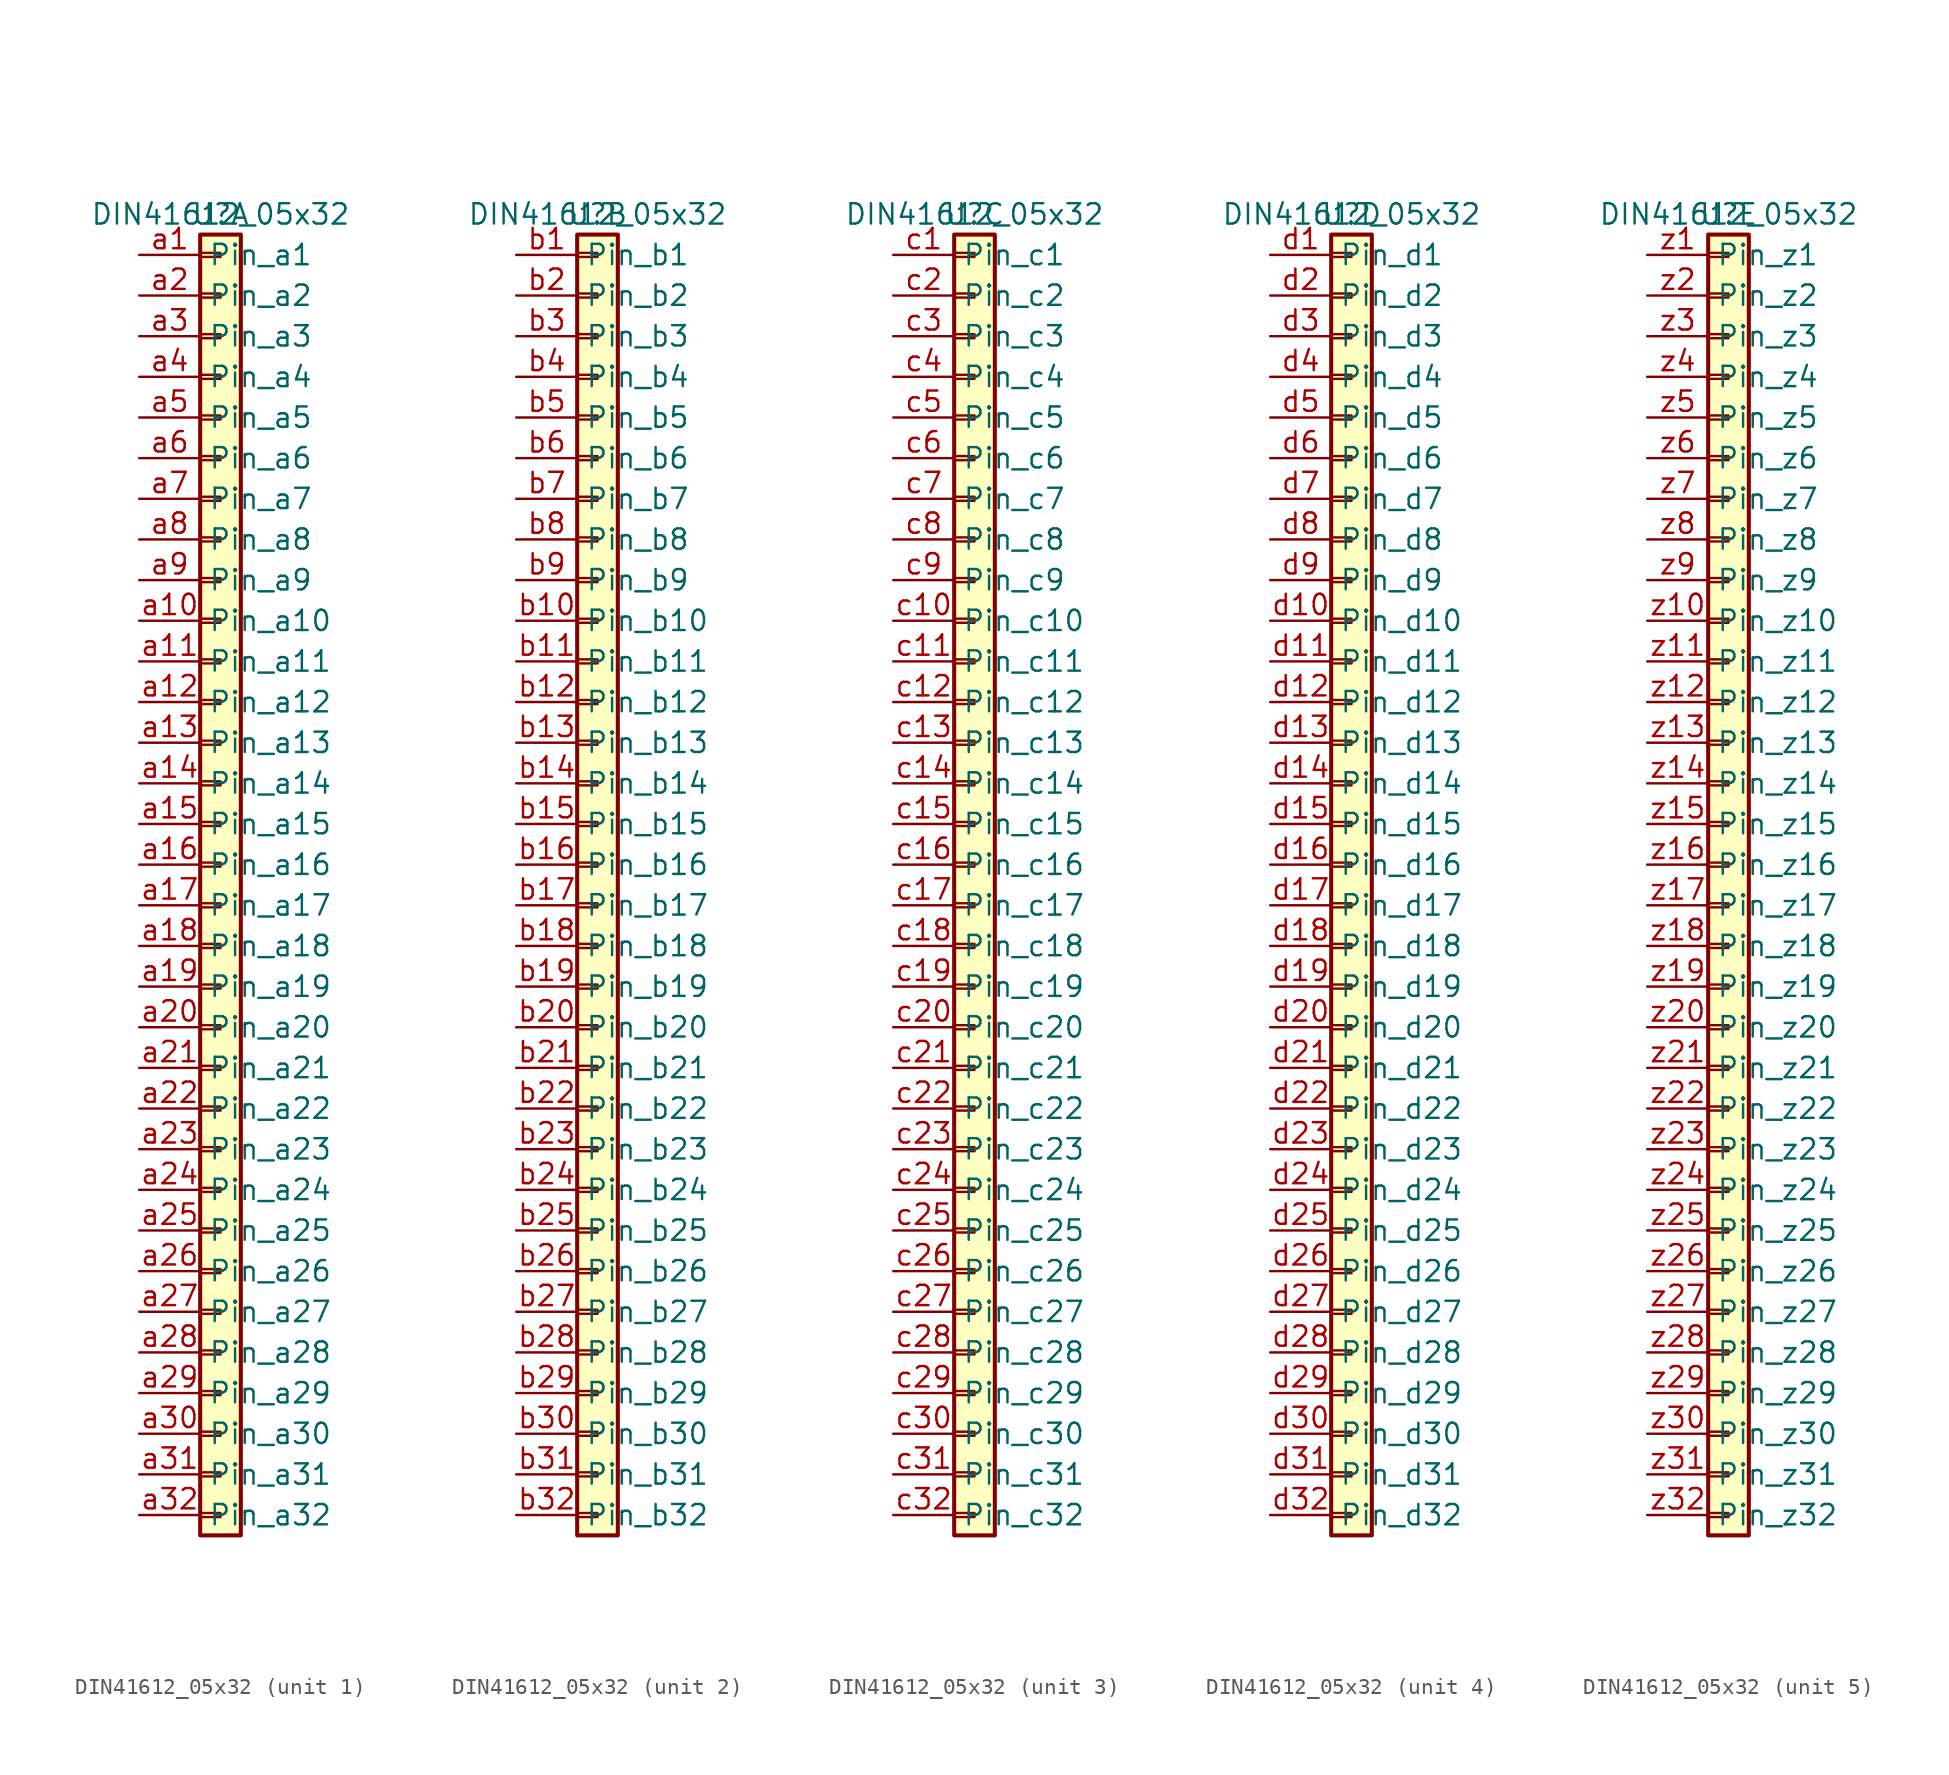
<source format=kicad_sym>
(kicad_symbol_lib
  (version 20231120)
  (generator "kicad_symbol_editor")
  (generator_version "8.0")
  (symbol "DIN41612_05x32"
    (property "Reference" "U"
      (at 0 40.64 0)
      (effects (font (size 1.27 1.27))))
    (property "Value" "DIN41612_05x32"
      (at 0 40.64 0)
      (effects (font (size 1.27 1.27))))
    (property "ki_locked" ""
      (at 0 0 0)
      (effects (font (size 1.27 1.27))))
    (symbol "DIN41612_05x32_1_1"
      (rectangle (start -1.27 -40.513) (end 0 -40.767) (stroke (width 0.152) (type default)) (fill (type none)))
      (rectangle (start -1.27 -37.973) (end 0 -38.227) (stroke (width 0.152) (type default)) (fill (type none)))
      (rectangle (start -1.27 -35.433) (end 0 -35.687) (stroke (width 0.152) (type default)) (fill (type none)))
      (rectangle (start -1.27 -32.893) (end 0 -33.147) (stroke (width 0.152) (type default)) (fill (type none)))
      (rectangle (start -1.27 -30.353) (end 0 -30.607) (stroke (width 0.152) (type default)) (fill (type none)))
      (rectangle (start -1.27 -27.813) (end 0 -28.067) (stroke (width 0.152) (type default)) (fill (type none)))
      (rectangle (start -1.27 -25.273) (end 0 -25.527) (stroke (width 0.152) (type default)) (fill (type none)))
      (rectangle (start -1.27 -22.733) (end 0 -22.987) (stroke (width 0.152) (type default)) (fill (type none)))
      (rectangle (start -1.27 -20.193) (end 0 -20.447) (stroke (width 0.152) (type default)) (fill (type none)))
      (rectangle (start -1.27 -17.653) (end 0 -17.907) (stroke (width 0.152) (type default)) (fill (type none)))
      (rectangle (start -1.27 -15.113) (end 0 -15.367) (stroke (width 0.152) (type default)) (fill (type none)))
      (rectangle (start -1.27 -12.573) (end 0 -12.827) (stroke (width 0.152) (type default)) (fill (type none)))
      (rectangle (start -1.27 -10.033) (end 0 -10.287) (stroke (width 0.152) (type default)) (fill (type none)))
      (rectangle (start -1.27 -7.493) (end 0 -7.747) (stroke (width 0.152) (type default)) (fill (type none)))
      (rectangle (start -1.27 -4.953) (end 0 -5.207) (stroke (width 0.152) (type default)) (fill (type none)))
      (rectangle (start -1.27 -2.413) (end 0 -2.667) (stroke (width 0.152) (type default)) (fill (type none)))
      (rectangle (start -1.27 0.127) (end 0 -0.127) (stroke (width 0.152) (type default)) (fill (type none)))
      (rectangle (start -1.27 2.667) (end 0 2.413) (stroke (width 0.152) (type default)) (fill (type none)))
      (rectangle (start -1.27 5.207) (end 0 4.953) (stroke (width 0.152) (type default)) (fill (type none)))
      (rectangle (start -1.27 7.747) (end 0 7.493) (stroke (width 0.152) (type default)) (fill (type none)))
      (rectangle (start -1.27 10.287) (end 0 10.033) (stroke (width 0.152) (type default)) (fill (type none)))
      (rectangle (start -1.27 12.827) (end 0 12.573) (stroke (width 0.152) (type default)) (fill (type none)))
      (rectangle (start -1.27 15.367) (end 0 15.113) (stroke (width 0.152) (type default)) (fill (type none)))
      (rectangle (start -1.27 17.907) (end 0 17.653) (stroke (width 0.152) (type default)) (fill (type none)))
      (rectangle (start -1.27 20.447) (end 0 20.193) (stroke (width 0.152) (type default)) (fill (type none)))
      (rectangle (start -1.27 22.987) (end 0 22.733) (stroke (width 0.152) (type default)) (fill (type none)))
      (rectangle (start -1.27 25.527) (end 0 25.273) (stroke (width 0.152) (type default)) (fill (type none)))
      (rectangle (start -1.27 28.067) (end 0 27.813) (stroke (width 0.152) (type default)) (fill (type none)))
      (rectangle (start -1.27 30.607) (end 0 30.353) (stroke (width 0.152) (type default)) (fill (type none)))
      (rectangle (start -1.27 33.147) (end 0 32.893) (stroke (width 0.152) (type default)) (fill (type none)))
      (rectangle (start -1.27 35.687) (end 0 35.433) (stroke (width 0.152) (type default)) (fill (type none)))
      (rectangle (start -1.27 38.227) (end 0 37.973) (stroke (width 0.152) (type default)) (fill (type none)))
      (rectangle (start -1.27 39.37) (end 1.27 -41.91) (stroke (width 0.254) (type default)) (fill (type background)))
      (pin passive line (at -5.08 38.1 0) (length 3.81) (name "Pin_a1" (effects (font (size 1.27 1.27)))) (number "a1" (effects (font (size 1.27 1.27)))))
      (pin passive line (at -5.08 15.24 0) (length 3.81) (name "Pin_a10" (effects (font (size 1.27 1.27)))) (number "a10" (effects (font (size 1.27 1.27)))))
      (pin passive line (at -5.08 12.7 0) (length 3.81) (name "Pin_a11" (effects (font (size 1.27 1.27)))) (number "a11" (effects (font (size 1.27 1.27)))))
      (pin passive line (at -5.08 10.16 0) (length 3.81) (name "Pin_a12" (effects (font (size 1.27 1.27)))) (number "a12" (effects (font (size 1.27 1.27)))))
      (pin passive line (at -5.08 7.62 0) (length 3.81) (name "Pin_a13" (effects (font (size 1.27 1.27)))) (number "a13" (effects (font (size 1.27 1.27)))))
      (pin passive line (at -5.08 5.08 0) (length 3.81) (name "Pin_a14" (effects (font (size 1.27 1.27)))) (number "a14" (effects (font (size 1.27 1.27)))))
      (pin passive line (at -5.08 2.54 0) (length 3.81) (name "Pin_a15" (effects (font (size 1.27 1.27)))) (number "a15" (effects (font (size 1.27 1.27)))))
      (pin passive line (at -5.08 0 0) (length 3.81) (name "Pin_a16" (effects (font (size 1.27 1.27)))) (number "a16" (effects (font (size 1.27 1.27)))))
      (pin passive line (at -5.08 -2.54 0) (length 3.81) (name "Pin_a17" (effects (font (size 1.27 1.27)))) (number "a17" (effects (font (size 1.27 1.27)))))
      (pin passive line (at -5.08 -5.08 0) (length 3.81) (name "Pin_a18" (effects (font (size 1.27 1.27)))) (number "a18" (effects (font (size 1.27 1.27)))))
      (pin passive line (at -5.08 -7.62 0) (length 3.81) (name "Pin_a19" (effects (font (size 1.27 1.27)))) (number "a19" (effects (font (size 1.27 1.27)))))
      (pin passive line (at -5.08 35.56 0) (length 3.81) (name "Pin_a2" (effects (font (size 1.27 1.27)))) (number "a2" (effects (font (size 1.27 1.27)))))
      (pin passive line (at -5.08 -10.16 0) (length 3.81) (name "Pin_a20" (effects (font (size 1.27 1.27)))) (number "a20" (effects (font (size 1.27 1.27)))))
      (pin passive line (at -5.08 -12.7 0) (length 3.81) (name "Pin_a21" (effects (font (size 1.27 1.27)))) (number "a21" (effects (font (size 1.27 1.27)))))
      (pin passive line (at -5.08 -15.24 0) (length 3.81) (name "Pin_a22" (effects (font (size 1.27 1.27)))) (number "a22" (effects (font (size 1.27 1.27)))))
      (pin passive line (at -5.08 -17.78 0) (length 3.81) (name "Pin_a23" (effects (font (size 1.27 1.27)))) (number "a23" (effects (font (size 1.27 1.27)))))
      (pin passive line (at -5.08 -20.32 0) (length 3.81) (name "Pin_a24" (effects (font (size 1.27 1.27)))) (number "a24" (effects (font (size 1.27 1.27)))))
      (pin passive line (at -5.08 -22.86 0) (length 3.81) (name "Pin_a25" (effects (font (size 1.27 1.27)))) (number "a25" (effects (font (size 1.27 1.27)))))
      (pin passive line (at -5.08 -25.4 0) (length 3.81) (name "Pin_a26" (effects (font (size 1.27 1.27)))) (number "a26" (effects (font (size 1.27 1.27)))))
      (pin passive line (at -5.08 -27.94 0) (length 3.81) (name "Pin_a27" (effects (font (size 1.27 1.27)))) (number "a27" (effects (font (size 1.27 1.27)))))
      (pin passive line (at -5.08 -30.48 0) (length 3.81) (name "Pin_a28" (effects (font (size 1.27 1.27)))) (number "a28" (effects (font (size 1.27 1.27)))))
      (pin passive line (at -5.08 -33.02 0) (length 3.81) (name "Pin_a29" (effects (font (size 1.27 1.27)))) (number "a29" (effects (font (size 1.27 1.27)))))
      (pin passive line (at -5.08 33.02 0) (length 3.81) (name "Pin_a3" (effects (font (size 1.27 1.27)))) (number "a3" (effects (font (size 1.27 1.27)))))
      (pin passive line (at -5.08 -35.56 0) (length 3.81) (name "Pin_a30" (effects (font (size 1.27 1.27)))) (number "a30" (effects (font (size 1.27 1.27)))))
      (pin passive line (at -5.08 -38.1 0) (length 3.81) (name "Pin_a31" (effects (font (size 1.27 1.27)))) (number "a31" (effects (font (size 1.27 1.27)))))
      (pin passive line (at -5.08 -40.64 0) (length 3.81) (name "Pin_a32" (effects (font (size 1.27 1.27)))) (number "a32" (effects (font (size 1.27 1.27)))))
      (pin passive line (at -5.08 30.48 0) (length 3.81) (name "Pin_a4" (effects (font (size 1.27 1.27)))) (number "a4" (effects (font (size 1.27 1.27)))))
      (pin passive line (at -5.08 27.94 0) (length 3.81) (name "Pin_a5" (effects (font (size 1.27 1.27)))) (number "a5" (effects (font (size 1.27 1.27)))))
      (pin passive line (at -5.08 25.4 0) (length 3.81) (name "Pin_a6" (effects (font (size 1.27 1.27)))) (number "a6" (effects (font (size 1.27 1.27)))))
      (pin passive line (at -5.08 22.86 0) (length 3.81) (name "Pin_a7" (effects (font (size 1.27 1.27)))) (number "a7" (effects (font (size 1.27 1.27)))))
      (pin passive line (at -5.08 20.32 0) (length 3.81) (name "Pin_a8" (effects (font (size 1.27 1.27)))) (number "a8" (effects (font (size 1.27 1.27)))))
      (pin passive line (at -5.08 17.78 0) (length 3.81) (name "Pin_a9" (effects (font (size 1.27 1.27)))) (number "a9" (effects (font (size 1.27 1.27))))))
    (symbol "DIN41612_05x32_2_1"
      (rectangle (start -1.27 -40.513) (end 0 -40.767) (stroke (width 0.152) (type default)) (fill (type none)))
      (rectangle (start -1.27 -37.973) (end 0 -38.227) (stroke (width 0.152) (type default)) (fill (type none)))
      (rectangle (start -1.27 -35.433) (end 0 -35.687) (stroke (width 0.152) (type default)) (fill (type none)))
      (rectangle (start -1.27 -32.893) (end 0 -33.147) (stroke (width 0.152) (type default)) (fill (type none)))
      (rectangle (start -1.27 -30.353) (end 0 -30.607) (stroke (width 0.152) (type default)) (fill (type none)))
      (rectangle (start -1.27 -27.813) (end 0 -28.067) (stroke (width 0.152) (type default)) (fill (type none)))
      (rectangle (start -1.27 -25.273) (end 0 -25.527) (stroke (width 0.152) (type default)) (fill (type none)))
      (rectangle (start -1.27 -22.733) (end 0 -22.987) (stroke (width 0.152) (type default)) (fill (type none)))
      (rectangle (start -1.27 -20.193) (end 0 -20.447) (stroke (width 0.152) (type default)) (fill (type none)))
      (rectangle (start -1.27 -17.653) (end 0 -17.907) (stroke (width 0.152) (type default)) (fill (type none)))
      (rectangle (start -1.27 -15.113) (end 0 -15.367) (stroke (width 0.152) (type default)) (fill (type none)))
      (rectangle (start -1.27 -12.573) (end 0 -12.827) (stroke (width 0.152) (type default)) (fill (type none)))
      (rectangle (start -1.27 -10.033) (end 0 -10.287) (stroke (width 0.152) (type default)) (fill (type none)))
      (rectangle (start -1.27 -7.493) (end 0 -7.747) (stroke (width 0.152) (type default)) (fill (type none)))
      (rectangle (start -1.27 -4.953) (end 0 -5.207) (stroke (width 0.152) (type default)) (fill (type none)))
      (rectangle (start -1.27 -2.413) (end 0 -2.667) (stroke (width 0.152) (type default)) (fill (type none)))
      (rectangle (start -1.27 0.127) (end 0 -0.127) (stroke (width 0.152) (type default)) (fill (type none)))
      (rectangle (start -1.27 2.667) (end 0 2.413) (stroke (width 0.152) (type default)) (fill (type none)))
      (rectangle (start -1.27 5.207) (end 0 4.953) (stroke (width 0.152) (type default)) (fill (type none)))
      (rectangle (start -1.27 7.747) (end 0 7.493) (stroke (width 0.152) (type default)) (fill (type none)))
      (rectangle (start -1.27 10.287) (end 0 10.033) (stroke (width 0.152) (type default)) (fill (type none)))
      (rectangle (start -1.27 12.827) (end 0 12.573) (stroke (width 0.152) (type default)) (fill (type none)))
      (rectangle (start -1.27 15.367) (end 0 15.113) (stroke (width 0.152) (type default)) (fill (type none)))
      (rectangle (start -1.27 17.907) (end 0 17.653) (stroke (width 0.152) (type default)) (fill (type none)))
      (rectangle (start -1.27 20.447) (end 0 20.193) (stroke (width 0.152) (type default)) (fill (type none)))
      (rectangle (start -1.27 22.987) (end 0 22.733) (stroke (width 0.152) (type default)) (fill (type none)))
      (rectangle (start -1.27 25.527) (end 0 25.273) (stroke (width 0.152) (type default)) (fill (type none)))
      (rectangle (start -1.27 28.067) (end 0 27.813) (stroke (width 0.152) (type default)) (fill (type none)))
      (rectangle (start -1.27 30.607) (end 0 30.353) (stroke (width 0.152) (type default)) (fill (type none)))
      (rectangle (start -1.27 33.147) (end 0 32.893) (stroke (width 0.152) (type default)) (fill (type none)))
      (rectangle (start -1.27 35.687) (end 0 35.433) (stroke (width 0.152) (type default)) (fill (type none)))
      (rectangle (start -1.27 38.227) (end 0 37.973) (stroke (width 0.152) (type default)) (fill (type none)))
      (rectangle (start -1.27 39.37) (end 1.27 -41.91) (stroke (width 0.254) (type default)) (fill (type background)))
      (pin passive line (at -5.08 38.1 0) (length 3.81) (name "Pin_b1" (effects (font (size 1.27 1.27)))) (number "b1" (effects (font (size 1.27 1.27)))))
      (pin passive line (at -5.08 15.24 0) (length 3.81) (name "Pin_b10" (effects (font (size 1.27 1.27)))) (number "b10" (effects (font (size 1.27 1.27)))))
      (pin passive line (at -5.08 12.7 0) (length 3.81) (name "Pin_b11" (effects (font (size 1.27 1.27)))) (number "b11" (effects (font (size 1.27 1.27)))))
      (pin passive line (at -5.08 10.16 0) (length 3.81) (name "Pin_b12" (effects (font (size 1.27 1.27)))) (number "b12" (effects (font (size 1.27 1.27)))))
      (pin passive line (at -5.08 7.62 0) (length 3.81) (name "Pin_b13" (effects (font (size 1.27 1.27)))) (number "b13" (effects (font (size 1.27 1.27)))))
      (pin passive line (at -5.08 5.08 0) (length 3.81) (name "Pin_b14" (effects (font (size 1.27 1.27)))) (number "b14" (effects (font (size 1.27 1.27)))))
      (pin passive line (at -5.08 2.54 0) (length 3.81) (name "Pin_b15" (effects (font (size 1.27 1.27)))) (number "b15" (effects (font (size 1.27 1.27)))))
      (pin passive line (at -5.08 0 0) (length 3.81) (name "Pin_b16" (effects (font (size 1.27 1.27)))) (number "b16" (effects (font (size 1.27 1.27)))))
      (pin passive line (at -5.08 -2.54 0) (length 3.81) (name "Pin_b17" (effects (font (size 1.27 1.27)))) (number "b17" (effects (font (size 1.27 1.27)))))
      (pin passive line (at -5.08 -5.08 0) (length 3.81) (name "Pin_b18" (effects (font (size 1.27 1.27)))) (number "b18" (effects (font (size 1.27 1.27)))))
      (pin passive line (at -5.08 -7.62 0) (length 3.81) (name "Pin_b19" (effects (font (size 1.27 1.27)))) (number "b19" (effects (font (size 1.27 1.27)))))
      (pin passive line (at -5.08 35.56 0) (length 3.81) (name "Pin_b2" (effects (font (size 1.27 1.27)))) (number "b2" (effects (font (size 1.27 1.27)))))
      (pin passive line (at -5.08 -10.16 0) (length 3.81) (name "Pin_b20" (effects (font (size 1.27 1.27)))) (number "b20" (effects (font (size 1.27 1.27)))))
      (pin passive line (at -5.08 -12.7 0) (length 3.81) (name "Pin_b21" (effects (font (size 1.27 1.27)))) (number "b21" (effects (font (size 1.27 1.27)))))
      (pin passive line (at -5.08 -15.24 0) (length 3.81) (name "Pin_b22" (effects (font (size 1.27 1.27)))) (number "b22" (effects (font (size 1.27 1.27)))))
      (pin passive line (at -5.08 -17.78 0) (length 3.81) (name "Pin_b23" (effects (font (size 1.27 1.27)))) (number "b23" (effects (font (size 1.27 1.27)))))
      (pin passive line (at -5.08 -20.32 0) (length 3.81) (name "Pin_b24" (effects (font (size 1.27 1.27)))) (number "b24" (effects (font (size 1.27 1.27)))))
      (pin passive line (at -5.08 -22.86 0) (length 3.81) (name "Pin_b25" (effects (font (size 1.27 1.27)))) (number "b25" (effects (font (size 1.27 1.27)))))
      (pin passive line (at -5.08 -25.4 0) (length 3.81) (name "Pin_b26" (effects (font (size 1.27 1.27)))) (number "b26" (effects (font (size 1.27 1.27)))))
      (pin passive line (at -5.08 -27.94 0) (length 3.81) (name "Pin_b27" (effects (font (size 1.27 1.27)))) (number "b27" (effects (font (size 1.27 1.27)))))
      (pin passive line (at -5.08 -30.48 0) (length 3.81) (name "Pin_b28" (effects (font (size 1.27 1.27)))) (number "b28" (effects (font (size 1.27 1.27)))))
      (pin passive line (at -5.08 -33.02 0) (length 3.81) (name "Pin_b29" (effects (font (size 1.27 1.27)))) (number "b29" (effects (font (size 1.27 1.27)))))
      (pin passive line (at -5.08 33.02 0) (length 3.81) (name "Pin_b3" (effects (font (size 1.27 1.27)))) (number "b3" (effects (font (size 1.27 1.27)))))
      (pin passive line (at -5.08 -35.56 0) (length 3.81) (name "Pin_b30" (effects (font (size 1.27 1.27)))) (number "b30" (effects (font (size 1.27 1.27)))))
      (pin passive line (at -5.08 -38.1 0) (length 3.81) (name "Pin_b31" (effects (font (size 1.27 1.27)))) (number "b31" (effects (font (size 1.27 1.27)))))
      (pin passive line (at -5.08 -40.64 0) (length 3.81) (name "Pin_b32" (effects (font (size 1.27 1.27)))) (number "b32" (effects (font (size 1.27 1.27)))))
      (pin passive line (at -5.08 30.48 0) (length 3.81) (name "Pin_b4" (effects (font (size 1.27 1.27)))) (number "b4" (effects (font (size 1.27 1.27)))))
      (pin passive line (at -5.08 27.94 0) (length 3.81) (name "Pin_b5" (effects (font (size 1.27 1.27)))) (number "b5" (effects (font (size 1.27 1.27)))))
      (pin passive line (at -5.08 25.4 0) (length 3.81) (name "Pin_b6" (effects (font (size 1.27 1.27)))) (number "b6" (effects (font (size 1.27 1.27)))))
      (pin passive line (at -5.08 22.86 0) (length 3.81) (name "Pin_b7" (effects (font (size 1.27 1.27)))) (number "b7" (effects (font (size 1.27 1.27)))))
      (pin passive line (at -5.08 20.32 0) (length 3.81) (name "Pin_b8" (effects (font (size 1.27 1.27)))) (number "b8" (effects (font (size 1.27 1.27)))))
      (pin passive line (at -5.08 17.78 0) (length 3.81) (name "Pin_b9" (effects (font (size 1.27 1.27)))) (number "b9" (effects (font (size 1.27 1.27))))))
    (symbol "DIN41612_05x32_3_1"
      (rectangle (start -1.27 -40.513) (end 0 -40.767) (stroke (width 0.152) (type default)) (fill (type none)))
      (rectangle (start -1.27 -37.973) (end 0 -38.227) (stroke (width 0.152) (type default)) (fill (type none)))
      (rectangle (start -1.27 -35.433) (end 0 -35.687) (stroke (width 0.152) (type default)) (fill (type none)))
      (rectangle (start -1.27 -32.893) (end 0 -33.147) (stroke (width 0.152) (type default)) (fill (type none)))
      (rectangle (start -1.27 -30.353) (end 0 -30.607) (stroke (width 0.152) (type default)) (fill (type none)))
      (rectangle (start -1.27 -27.813) (end 0 -28.067) (stroke (width 0.152) (type default)) (fill (type none)))
      (rectangle (start -1.27 -25.273) (end 0 -25.527) (stroke (width 0.152) (type default)) (fill (type none)))
      (rectangle (start -1.27 -22.733) (end 0 -22.987) (stroke (width 0.152) (type default)) (fill (type none)))
      (rectangle (start -1.27 -20.193) (end 0 -20.447) (stroke (width 0.152) (type default)) (fill (type none)))
      (rectangle (start -1.27 -17.653) (end 0 -17.907) (stroke (width 0.152) (type default)) (fill (type none)))
      (rectangle (start -1.27 -15.113) (end 0 -15.367) (stroke (width 0.152) (type default)) (fill (type none)))
      (rectangle (start -1.27 -12.573) (end 0 -12.827) (stroke (width 0.152) (type default)) (fill (type none)))
      (rectangle (start -1.27 -10.033) (end 0 -10.287) (stroke (width 0.152) (type default)) (fill (type none)))
      (rectangle (start -1.27 -7.493) (end 0 -7.747) (stroke (width 0.152) (type default)) (fill (type none)))
      (rectangle (start -1.27 -4.953) (end 0 -5.207) (stroke (width 0.152) (type default)) (fill (type none)))
      (rectangle (start -1.27 -2.413) (end 0 -2.667) (stroke (width 0.152) (type default)) (fill (type none)))
      (rectangle (start -1.27 0.127) (end 0 -0.127) (stroke (width 0.152) (type default)) (fill (type none)))
      (rectangle (start -1.27 2.667) (end 0 2.413) (stroke (width 0.152) (type default)) (fill (type none)))
      (rectangle (start -1.27 5.207) (end 0 4.953) (stroke (width 0.152) (type default)) (fill (type none)))
      (rectangle (start -1.27 7.747) (end 0 7.493) (stroke (width 0.152) (type default)) (fill (type none)))
      (rectangle (start -1.27 10.287) (end 0 10.033) (stroke (width 0.152) (type default)) (fill (type none)))
      (rectangle (start -1.27 12.827) (end 0 12.573) (stroke (width 0.152) (type default)) (fill (type none)))
      (rectangle (start -1.27 15.367) (end 0 15.113) (stroke (width 0.152) (type default)) (fill (type none)))
      (rectangle (start -1.27 17.907) (end 0 17.653) (stroke (width 0.152) (type default)) (fill (type none)))
      (rectangle (start -1.27 20.447) (end 0 20.193) (stroke (width 0.152) (type default)) (fill (type none)))
      (rectangle (start -1.27 22.987) (end 0 22.733) (stroke (width 0.152) (type default)) (fill (type none)))
      (rectangle (start -1.27 25.527) (end 0 25.273) (stroke (width 0.152) (type default)) (fill (type none)))
      (rectangle (start -1.27 28.067) (end 0 27.813) (stroke (width 0.152) (type default)) (fill (type none)))
      (rectangle (start -1.27 30.607) (end 0 30.353) (stroke (width 0.152) (type default)) (fill (type none)))
      (rectangle (start -1.27 33.147) (end 0 32.893) (stroke (width 0.152) (type default)) (fill (type none)))
      (rectangle (start -1.27 35.687) (end 0 35.433) (stroke (width 0.152) (type default)) (fill (type none)))
      (rectangle (start -1.27 38.227) (end 0 37.973) (stroke (width 0.152) (type default)) (fill (type none)))
      (rectangle (start -1.27 39.37) (end 1.27 -41.91) (stroke (width 0.254) (type default)) (fill (type background)))
      (pin passive line (at -5.08 38.1 0) (length 3.81) (name "Pin_c1" (effects (font (size 1.27 1.27)))) (number "c1" (effects (font (size 1.27 1.27)))))
      (pin passive line (at -5.08 15.24 0) (length 3.81) (name "Pin_c10" (effects (font (size 1.27 1.27)))) (number "c10" (effects (font (size 1.27 1.27)))))
      (pin passive line (at -5.08 12.7 0) (length 3.81) (name "Pin_c11" (effects (font (size 1.27 1.27)))) (number "c11" (effects (font (size 1.27 1.27)))))
      (pin passive line (at -5.08 10.16 0) (length 3.81) (name "Pin_c12" (effects (font (size 1.27 1.27)))) (number "c12" (effects (font (size 1.27 1.27)))))
      (pin passive line (at -5.08 7.62 0) (length 3.81) (name "Pin_c13" (effects (font (size 1.27 1.27)))) (number "c13" (effects (font (size 1.27 1.27)))))
      (pin passive line (at -5.08 5.08 0) (length 3.81) (name "Pin_c14" (effects (font (size 1.27 1.27)))) (number "c14" (effects (font (size 1.27 1.27)))))
      (pin passive line (at -5.08 2.54 0) (length 3.81) (name "Pin_c15" (effects (font (size 1.27 1.27)))) (number "c15" (effects (font (size 1.27 1.27)))))
      (pin passive line (at -5.08 0 0) (length 3.81) (name "Pin_c16" (effects (font (size 1.27 1.27)))) (number "c16" (effects (font (size 1.27 1.27)))))
      (pin passive line (at -5.08 -2.54 0) (length 3.81) (name "Pin_c17" (effects (font (size 1.27 1.27)))) (number "c17" (effects (font (size 1.27 1.27)))))
      (pin passive line (at -5.08 -5.08 0) (length 3.81) (name "Pin_c18" (effects (font (size 1.27 1.27)))) (number "c18" (effects (font (size 1.27 1.27)))))
      (pin passive line (at -5.08 -7.62 0) (length 3.81) (name "Pin_c19" (effects (font (size 1.27 1.27)))) (number "c19" (effects (font (size 1.27 1.27)))))
      (pin passive line (at -5.08 35.56 0) (length 3.81) (name "Pin_c2" (effects (font (size 1.27 1.27)))) (number "c2" (effects (font (size 1.27 1.27)))))
      (pin passive line (at -5.08 -10.16 0) (length 3.81) (name "Pin_c20" (effects (font (size 1.27 1.27)))) (number "c20" (effects (font (size 1.27 1.27)))))
      (pin passive line (at -5.08 -12.7 0) (length 3.81) (name "Pin_c21" (effects (font (size 1.27 1.27)))) (number "c21" (effects (font (size 1.27 1.27)))))
      (pin passive line (at -5.08 -15.24 0) (length 3.81) (name "Pin_c22" (effects (font (size 1.27 1.27)))) (number "c22" (effects (font (size 1.27 1.27)))))
      (pin passive line (at -5.08 -17.78 0) (length 3.81) (name "Pin_c23" (effects (font (size 1.27 1.27)))) (number "c23" (effects (font (size 1.27 1.27)))))
      (pin passive line (at -5.08 -20.32 0) (length 3.81) (name "Pin_c24" (effects (font (size 1.27 1.27)))) (number "c24" (effects (font (size 1.27 1.27)))))
      (pin passive line (at -5.08 -22.86 0) (length 3.81) (name "Pin_c25" (effects (font (size 1.27 1.27)))) (number "c25" (effects (font (size 1.27 1.27)))))
      (pin passive line (at -5.08 -25.4 0) (length 3.81) (name "Pin_c26" (effects (font (size 1.27 1.27)))) (number "c26" (effects (font (size 1.27 1.27)))))
      (pin passive line (at -5.08 -27.94 0) (length 3.81) (name "Pin_c27" (effects (font (size 1.27 1.27)))) (number "c27" (effects (font (size 1.27 1.27)))))
      (pin passive line (at -5.08 -30.48 0) (length 3.81) (name "Pin_c28" (effects (font (size 1.27 1.27)))) (number "c28" (effects (font (size 1.27 1.27)))))
      (pin passive line (at -5.08 -33.02 0) (length 3.81) (name "Pin_c29" (effects (font (size 1.27 1.27)))) (number "c29" (effects (font (size 1.27 1.27)))))
      (pin passive line (at -5.08 33.02 0) (length 3.81) (name "Pin_c3" (effects (font (size 1.27 1.27)))) (number "c3" (effects (font (size 1.27 1.27)))))
      (pin passive line (at -5.08 -35.56 0) (length 3.81) (name "Pin_c30" (effects (font (size 1.27 1.27)))) (number "c30" (effects (font (size 1.27 1.27)))))
      (pin passive line (at -5.08 -38.1 0) (length 3.81) (name "Pin_c31" (effects (font (size 1.27 1.27)))) (number "c31" (effects (font (size 1.27 1.27)))))
      (pin passive line (at -5.08 -40.64 0) (length 3.81) (name "Pin_c32" (effects (font (size 1.27 1.27)))) (number "c32" (effects (font (size 1.27 1.27)))))
      (pin passive line (at -5.08 30.48 0) (length 3.81) (name "Pin_c4" (effects (font (size 1.27 1.27)))) (number "c4" (effects (font (size 1.27 1.27)))))
      (pin passive line (at -5.08 27.94 0) (length 3.81) (name "Pin_c5" (effects (font (size 1.27 1.27)))) (number "c5" (effects (font (size 1.27 1.27)))))
      (pin passive line (at -5.08 25.4 0) (length 3.81) (name "Pin_c6" (effects (font (size 1.27 1.27)))) (number "c6" (effects (font (size 1.27 1.27)))))
      (pin passive line (at -5.08 22.86 0) (length 3.81) (name "Pin_c7" (effects (font (size 1.27 1.27)))) (number "c7" (effects (font (size 1.27 1.27)))))
      (pin passive line (at -5.08 20.32 0) (length 3.81) (name "Pin_c8" (effects (font (size 1.27 1.27)))) (number "c8" (effects (font (size 1.27 1.27)))))
      (pin passive line (at -5.08 17.78 0) (length 3.81) (name "Pin_c9" (effects (font (size 1.27 1.27)))) (number "c9" (effects (font (size 1.27 1.27))))))
    (symbol "DIN41612_05x32_4_1"
      (rectangle (start -1.27 -40.513) (end 0 -40.767) (stroke (width 0.152) (type default)) (fill (type none)))
      (rectangle (start -1.27 -37.973) (end 0 -38.227) (stroke (width 0.152) (type default)) (fill (type none)))
      (rectangle (start -1.27 -35.433) (end 0 -35.687) (stroke (width 0.152) (type default)) (fill (type none)))
      (rectangle (start -1.27 -32.893) (end 0 -33.147) (stroke (width 0.152) (type default)) (fill (type none)))
      (rectangle (start -1.27 -30.353) (end 0 -30.607) (stroke (width 0.152) (type default)) (fill (type none)))
      (rectangle (start -1.27 -27.813) (end 0 -28.067) (stroke (width 0.152) (type default)) (fill (type none)))
      (rectangle (start -1.27 -25.273) (end 0 -25.527) (stroke (width 0.152) (type default)) (fill (type none)))
      (rectangle (start -1.27 -22.733) (end 0 -22.987) (stroke (width 0.152) (type default)) (fill (type none)))
      (rectangle (start -1.27 -20.193) (end 0 -20.447) (stroke (width 0.152) (type default)) (fill (type none)))
      (rectangle (start -1.27 -17.653) (end 0 -17.907) (stroke (width 0.152) (type default)) (fill (type none)))
      (rectangle (start -1.27 -15.113) (end 0 -15.367) (stroke (width 0.152) (type default)) (fill (type none)))
      (rectangle (start -1.27 -12.573) (end 0 -12.827) (stroke (width 0.152) (type default)) (fill (type none)))
      (rectangle (start -1.27 -10.033) (end 0 -10.287) (stroke (width 0.152) (type default)) (fill (type none)))
      (rectangle (start -1.27 -7.493) (end 0 -7.747) (stroke (width 0.152) (type default)) (fill (type none)))
      (rectangle (start -1.27 -4.953) (end 0 -5.207) (stroke (width 0.152) (type default)) (fill (type none)))
      (rectangle (start -1.27 -2.413) (end 0 -2.667) (stroke (width 0.152) (type default)) (fill (type none)))
      (rectangle (start -1.27 0.127) (end 0 -0.127) (stroke (width 0.152) (type default)) (fill (type none)))
      (rectangle (start -1.27 2.667) (end 0 2.413) (stroke (width 0.152) (type default)) (fill (type none)))
      (rectangle (start -1.27 5.207) (end 0 4.953) (stroke (width 0.152) (type default)) (fill (type none)))
      (rectangle (start -1.27 7.747) (end 0 7.493) (stroke (width 0.152) (type default)) (fill (type none)))
      (rectangle (start -1.27 10.287) (end 0 10.033) (stroke (width 0.152) (type default)) (fill (type none)))
      (rectangle (start -1.27 12.827) (end 0 12.573) (stroke (width 0.152) (type default)) (fill (type none)))
      (rectangle (start -1.27 15.367) (end 0 15.113) (stroke (width 0.152) (type default)) (fill (type none)))
      (rectangle (start -1.27 17.907) (end 0 17.653) (stroke (width 0.152) (type default)) (fill (type none)))
      (rectangle (start -1.27 20.447) (end 0 20.193) (stroke (width 0.152) (type default)) (fill (type none)))
      (rectangle (start -1.27 22.987) (end 0 22.733) (stroke (width 0.152) (type default)) (fill (type none)))
      (rectangle (start -1.27 25.527) (end 0 25.273) (stroke (width 0.152) (type default)) (fill (type none)))
      (rectangle (start -1.27 28.067) (end 0 27.813) (stroke (width 0.152) (type default)) (fill (type none)))
      (rectangle (start -1.27 30.607) (end 0 30.353) (stroke (width 0.152) (type default)) (fill (type none)))
      (rectangle (start -1.27 33.147) (end 0 32.893) (stroke (width 0.152) (type default)) (fill (type none)))
      (rectangle (start -1.27 35.687) (end 0 35.433) (stroke (width 0.152) (type default)) (fill (type none)))
      (rectangle (start -1.27 38.227) (end 0 37.973) (stroke (width 0.152) (type default)) (fill (type none)))
      (rectangle (start -1.27 39.37) (end 1.27 -41.91) (stroke (width 0.254) (type default)) (fill (type background)))
      (pin passive line (at -5.08 38.1 0) (length 3.81) (name "Pin_d1" (effects (font (size 1.27 1.27)))) (number "d1" (effects (font (size 1.27 1.27)))))
      (pin passive line (at -5.08 15.24 0) (length 3.81) (name "Pin_d10" (effects (font (size 1.27 1.27)))) (number "d10" (effects (font (size 1.27 1.27)))))
      (pin passive line (at -5.08 12.7 0) (length 3.81) (name "Pin_d11" (effects (font (size 1.27 1.27)))) (number "d11" (effects (font (size 1.27 1.27)))))
      (pin passive line (at -5.08 10.16 0) (length 3.81) (name "Pin_d12" (effects (font (size 1.27 1.27)))) (number "d12" (effects (font (size 1.27 1.27)))))
      (pin passive line (at -5.08 7.62 0) (length 3.81) (name "Pin_d13" (effects (font (size 1.27 1.27)))) (number "d13" (effects (font (size 1.27 1.27)))))
      (pin passive line (at -5.08 5.08 0) (length 3.81) (name "Pin_d14" (effects (font (size 1.27 1.27)))) (number "d14" (effects (font (size 1.27 1.27)))))
      (pin passive line (at -5.08 2.54 0) (length 3.81) (name "Pin_d15" (effects (font (size 1.27 1.27)))) (number "d15" (effects (font (size 1.27 1.27)))))
      (pin passive line (at -5.08 0 0) (length 3.81) (name "Pin_d16" (effects (font (size 1.27 1.27)))) (number "d16" (effects (font (size 1.27 1.27)))))
      (pin passive line (at -5.08 -2.54 0) (length 3.81) (name "Pin_d17" (effects (font (size 1.27 1.27)))) (number "d17" (effects (font (size 1.27 1.27)))))
      (pin passive line (at -5.08 -5.08 0) (length 3.81) (name "Pin_d18" (effects (font (size 1.27 1.27)))) (number "d18" (effects (font (size 1.27 1.27)))))
      (pin passive line (at -5.08 -7.62 0) (length 3.81) (name "Pin_d19" (effects (font (size 1.27 1.27)))) (number "d19" (effects (font (size 1.27 1.27)))))
      (pin passive line (at -5.08 35.56 0) (length 3.81) (name "Pin_d2" (effects (font (size 1.27 1.27)))) (number "d2" (effects (font (size 1.27 1.27)))))
      (pin passive line (at -5.08 -10.16 0) (length 3.81) (name "Pin_d20" (effects (font (size 1.27 1.27)))) (number "d20" (effects (font (size 1.27 1.27)))))
      (pin passive line (at -5.08 -12.7 0) (length 3.81) (name "Pin_d21" (effects (font (size 1.27 1.27)))) (number "d21" (effects (font (size 1.27 1.27)))))
      (pin passive line (at -5.08 -15.24 0) (length 3.81) (name "Pin_d22" (effects (font (size 1.27 1.27)))) (number "d22" (effects (font (size 1.27 1.27)))))
      (pin passive line (at -5.08 -17.78 0) (length 3.81) (name "Pin_d23" (effects (font (size 1.27 1.27)))) (number "d23" (effects (font (size 1.27 1.27)))))
      (pin passive line (at -5.08 -20.32 0) (length 3.81) (name "Pin_d24" (effects (font (size 1.27 1.27)))) (number "d24" (effects (font (size 1.27 1.27)))))
      (pin passive line (at -5.08 -22.86 0) (length 3.81) (name "Pin_d25" (effects (font (size 1.27 1.27)))) (number "d25" (effects (font (size 1.27 1.27)))))
      (pin passive line (at -5.08 -25.4 0) (length 3.81) (name "Pin_d26" (effects (font (size 1.27 1.27)))) (number "d26" (effects (font (size 1.27 1.27)))))
      (pin passive line (at -5.08 -27.94 0) (length 3.81) (name "Pin_d27" (effects (font (size 1.27 1.27)))) (number "d27" (effects (font (size 1.27 1.27)))))
      (pin passive line (at -5.08 -30.48 0) (length 3.81) (name "Pin_d28" (effects (font (size 1.27 1.27)))) (number "d28" (effects (font (size 1.27 1.27)))))
      (pin passive line (at -5.08 -33.02 0) (length 3.81) (name "Pin_d29" (effects (font (size 1.27 1.27)))) (number "d29" (effects (font (size 1.27 1.27)))))
      (pin passive line (at -5.08 33.02 0) (length 3.81) (name "Pin_d3" (effects (font (size 1.27 1.27)))) (number "d3" (effects (font (size 1.27 1.27)))))
      (pin passive line (at -5.08 -35.56 0) (length 3.81) (name "Pin_d30" (effects (font (size 1.27 1.27)))) (number "d30" (effects (font (size 1.27 1.27)))))
      (pin passive line (at -5.08 -38.1 0) (length 3.81) (name "Pin_d31" (effects (font (size 1.27 1.27)))) (number "d31" (effects (font (size 1.27 1.27)))))
      (pin passive line (at -5.08 -40.64 0) (length 3.81) (name "Pin_d32" (effects (font (size 1.27 1.27)))) (number "d32" (effects (font (size 1.27 1.27)))))
      (pin passive line (at -5.08 30.48 0) (length 3.81) (name "Pin_d4" (effects (font (size 1.27 1.27)))) (number "d4" (effects (font (size 1.27 1.27)))))
      (pin passive line (at -5.08 27.94 0) (length 3.81) (name "Pin_d5" (effects (font (size 1.27 1.27)))) (number "d5" (effects (font (size 1.27 1.27)))))
      (pin passive line (at -5.08 25.4 0) (length 3.81) (name "Pin_d6" (effects (font (size 1.27 1.27)))) (number "d6" (effects (font (size 1.27 1.27)))))
      (pin passive line (at -5.08 22.86 0) (length 3.81) (name "Pin_d7" (effects (font (size 1.27 1.27)))) (number "d7" (effects (font (size 1.27 1.27)))))
      (pin passive line (at -5.08 20.32 0) (length 3.81) (name "Pin_d8" (effects (font (size 1.27 1.27)))) (number "d8" (effects (font (size 1.27 1.27)))))
      (pin passive line (at -5.08 17.78 0) (length 3.81) (name "Pin_d9" (effects (font (size 1.27 1.27)))) (number "d9" (effects (font (size 1.27 1.27))))))
    (symbol "DIN41612_05x32_5_1"
      (rectangle (start -1.27 -40.513) (end 0 -40.767) (stroke (width 0.152) (type default)) (fill (type none)))
      (rectangle (start -1.27 -37.973) (end 0 -38.227) (stroke (width 0.152) (type default)) (fill (type none)))
      (rectangle (start -1.27 -35.433) (end 0 -35.687) (stroke (width 0.152) (type default)) (fill (type none)))
      (rectangle (start -1.27 -32.893) (end 0 -33.147) (stroke (width 0.152) (type default)) (fill (type none)))
      (rectangle (start -1.27 -30.353) (end 0 -30.607) (stroke (width 0.152) (type default)) (fill (type none)))
      (rectangle (start -1.27 -27.813) (end 0 -28.067) (stroke (width 0.152) (type default)) (fill (type none)))
      (rectangle (start -1.27 -25.273) (end 0 -25.527) (stroke (width 0.152) (type default)) (fill (type none)))
      (rectangle (start -1.27 -22.733) (end 0 -22.987) (stroke (width 0.152) (type default)) (fill (type none)))
      (rectangle (start -1.27 -20.193) (end 0 -20.447) (stroke (width 0.152) (type default)) (fill (type none)))
      (rectangle (start -1.27 -17.653) (end 0 -17.907) (stroke (width 0.152) (type default)) (fill (type none)))
      (rectangle (start -1.27 -15.113) (end 0 -15.367) (stroke (width 0.152) (type default)) (fill (type none)))
      (rectangle (start -1.27 -12.573) (end 0 -12.827) (stroke (width 0.152) (type default)) (fill (type none)))
      (rectangle (start -1.27 -10.033) (end 0 -10.287) (stroke (width 0.152) (type default)) (fill (type none)))
      (rectangle (start -1.27 -7.493) (end 0 -7.747) (stroke (width 0.152) (type default)) (fill (type none)))
      (rectangle (start -1.27 -4.953) (end 0 -5.207) (stroke (width 0.152) (type default)) (fill (type none)))
      (rectangle (start -1.27 -2.413) (end 0 -2.667) (stroke (width 0.152) (type default)) (fill (type none)))
      (rectangle (start -1.27 0.127) (end 0 -0.127) (stroke (width 0.152) (type default)) (fill (type none)))
      (rectangle (start -1.27 2.667) (end 0 2.413) (stroke (width 0.152) (type default)) (fill (type none)))
      (rectangle (start -1.27 5.207) (end 0 4.953) (stroke (width 0.152) (type default)) (fill (type none)))
      (rectangle (start -1.27 7.747) (end 0 7.493) (stroke (width 0.152) (type default)) (fill (type none)))
      (rectangle (start -1.27 10.287) (end 0 10.033) (stroke (width 0.152) (type default)) (fill (type none)))
      (rectangle (start -1.27 12.827) (end 0 12.573) (stroke (width 0.152) (type default)) (fill (type none)))
      (rectangle (start -1.27 15.367) (end 0 15.113) (stroke (width 0.152) (type default)) (fill (type none)))
      (rectangle (start -1.27 17.907) (end 0 17.653) (stroke (width 0.152) (type default)) (fill (type none)))
      (rectangle (start -1.27 20.447) (end 0 20.193) (stroke (width 0.152) (type default)) (fill (type none)))
      (rectangle (start -1.27 22.987) (end 0 22.733) (stroke (width 0.152) (type default)) (fill (type none)))
      (rectangle (start -1.27 25.527) (end 0 25.273) (stroke (width 0.152) (type default)) (fill (type none)))
      (rectangle (start -1.27 28.067) (end 0 27.813) (stroke (width 0.152) (type default)) (fill (type none)))
      (rectangle (start -1.27 30.607) (end 0 30.353) (stroke (width 0.152) (type default)) (fill (type none)))
      (rectangle (start -1.27 33.147) (end 0 32.893) (stroke (width 0.152) (type default)) (fill (type none)))
      (rectangle (start -1.27 35.687) (end 0 35.433) (stroke (width 0.152) (type default)) (fill (type none)))
      (rectangle (start -1.27 38.227) (end 0 37.973) (stroke (width 0.152) (type default)) (fill (type none)))
      (rectangle (start -1.27 39.37) (end 1.27 -41.91) (stroke (width 0.254) (type default)) (fill (type background)))
      (pin passive line (at -5.08 38.1 0) (length 3.81) (name "Pin_z1" (effects (font (size 1.27 1.27)))) (number "z1" (effects (font (size 1.27 1.27)))))
      (pin passive line (at -5.08 15.24 0) (length 3.81) (name "Pin_z10" (effects (font (size 1.27 1.27)))) (number "z10" (effects (font (size 1.27 1.27)))))
      (pin passive line (at -5.08 12.7 0) (length 3.81) (name "Pin_z11" (effects (font (size 1.27 1.27)))) (number "z11" (effects (font (size 1.27 1.27)))))
      (pin passive line (at -5.08 10.16 0) (length 3.81) (name "Pin_z12" (effects (font (size 1.27 1.27)))) (number "z12" (effects (font (size 1.27 1.27)))))
      (pin passive line (at -5.08 7.62 0) (length 3.81) (name "Pin_z13" (effects (font (size 1.27 1.27)))) (number "z13" (effects (font (size 1.27 1.27)))))
      (pin passive line (at -5.08 5.08 0) (length 3.81) (name "Pin_z14" (effects (font (size 1.27 1.27)))) (number "z14" (effects (font (size 1.27 1.27)))))
      (pin passive line (at -5.08 2.54 0) (length 3.81) (name "Pin_z15" (effects (font (size 1.27 1.27)))) (number "z15" (effects (font (size 1.27 1.27)))))
      (pin passive line (at -5.08 0 0) (length 3.81) (name "Pin_z16" (effects (font (size 1.27 1.27)))) (number "z16" (effects (font (size 1.27 1.27)))))
      (pin passive line (at -5.08 -2.54 0) (length 3.81) (name "Pin_z17" (effects (font (size 1.27 1.27)))) (number "z17" (effects (font (size 1.27 1.27)))))
      (pin passive line (at -5.08 -5.08 0) (length 3.81) (name "Pin_z18" (effects (font (size 1.27 1.27)))) (number "z18" (effects (font (size 1.27 1.27)))))
      (pin passive line (at -5.08 -7.62 0) (length 3.81) (name "Pin_z19" (effects (font (size 1.27 1.27)))) (number "z19" (effects (font (size 1.27 1.27)))))
      (pin passive line (at -5.08 35.56 0) (length 3.81) (name "Pin_z2" (effects (font (size 1.27 1.27)))) (number "z2" (effects (font (size 1.27 1.27)))))
      (pin passive line (at -5.08 -10.16 0) (length 3.81) (name "Pin_z20" (effects (font (size 1.27 1.27)))) (number "z20" (effects (font (size 1.27 1.27)))))
      (pin passive line (at -5.08 -12.7 0) (length 3.81) (name "Pin_z21" (effects (font (size 1.27 1.27)))) (number "z21" (effects (font (size 1.27 1.27)))))
      (pin passive line (at -5.08 -15.24 0) (length 3.81) (name "Pin_z22" (effects (font (size 1.27 1.27)))) (number "z22" (effects (font (size 1.27 1.27)))))
      (pin passive line (at -5.08 -17.78 0) (length 3.81) (name "Pin_z23" (effects (font (size 1.27 1.27)))) (number "z23" (effects (font (size 1.27 1.27)))))
      (pin passive line (at -5.08 -20.32 0) (length 3.81) (name "Pin_z24" (effects (font (size 1.27 1.27)))) (number "z24" (effects (font (size 1.27 1.27)))))
      (pin passive line (at -5.08 -22.86 0) (length 3.81) (name "Pin_z25" (effects (font (size 1.27 1.27)))) (number "z25" (effects (font (size 1.27 1.27)))))
      (pin passive line (at -5.08 -25.4 0) (length 3.81) (name "Pin_z26" (effects (font (size 1.27 1.27)))) (number "z26" (effects (font (size 1.27 1.27)))))
      (pin passive line (at -5.08 -27.94 0) (length 3.81) (name "Pin_z27" (effects (font (size 1.27 1.27)))) (number "z27" (effects (font (size 1.27 1.27)))))
      (pin passive line (at -5.08 -30.48 0) (length 3.81) (name "Pin_z28" (effects (font (size 1.27 1.27)))) (number "z28" (effects (font (size 1.27 1.27)))))
      (pin passive line (at -5.08 -33.02 0) (length 3.81) (name "Pin_z29" (effects (font (size 1.27 1.27)))) (number "z29" (effects (font (size 1.27 1.27)))))
      (pin passive line (at -5.08 33.02 0) (length 3.81) (name "Pin_z3" (effects (font (size 1.27 1.27)))) (number "z3" (effects (font (size 1.27 1.27)))))
      (pin passive line (at -5.08 -35.56 0) (length 3.81) (name "Pin_z30" (effects (font (size 1.27 1.27)))) (number "z30" (effects (font (size 1.27 1.27)))))
      (pin passive line (at -5.08 -38.1 0) (length 3.81) (name "Pin_z31" (effects (font (size 1.27 1.27)))) (number "z31" (effects (font (size 1.27 1.27)))))
      (pin passive line (at -5.08 -40.64 0) (length 3.81) (name "Pin_z32" (effects (font (size 1.27 1.27)))) (number "z32" (effects (font (size 1.27 1.27)))))
      (pin passive line (at -5.08 30.48 0) (length 3.81) (name "Pin_z4" (effects (font (size 1.27 1.27)))) (number "z4" (effects (font (size 1.27 1.27)))))
      (pin passive line (at -5.08 27.94 0) (length 3.81) (name "Pin_z5" (effects (font (size 1.27 1.27)))) (number "z5" (effects (font (size 1.27 1.27)))))
      (pin passive line (at -5.08 25.4 0) (length 3.81) (name "Pin_z6" (effects (font (size 1.27 1.27)))) (number "z6" (effects (font (size 1.27 1.27)))))
      (pin passive line (at -5.08 22.86 0) (length 3.81) (name "Pin_z7" (effects (font (size 1.27 1.27)))) (number "z7" (effects (font (size 1.27 1.27)))))
      (pin passive line (at -5.08 20.32 0) (length 3.81) (name "Pin_z8" (effects (font (size 1.27 1.27)))) (number "z8" (effects (font (size 1.27 1.27)))))
      (pin passive line (at -5.08 17.78 0) (length 3.81) (name "Pin_z9" (effects (font (size 1.27 1.27)))) (number "z9" (effects (font (size 1.27 1.27))))))))
</source>
